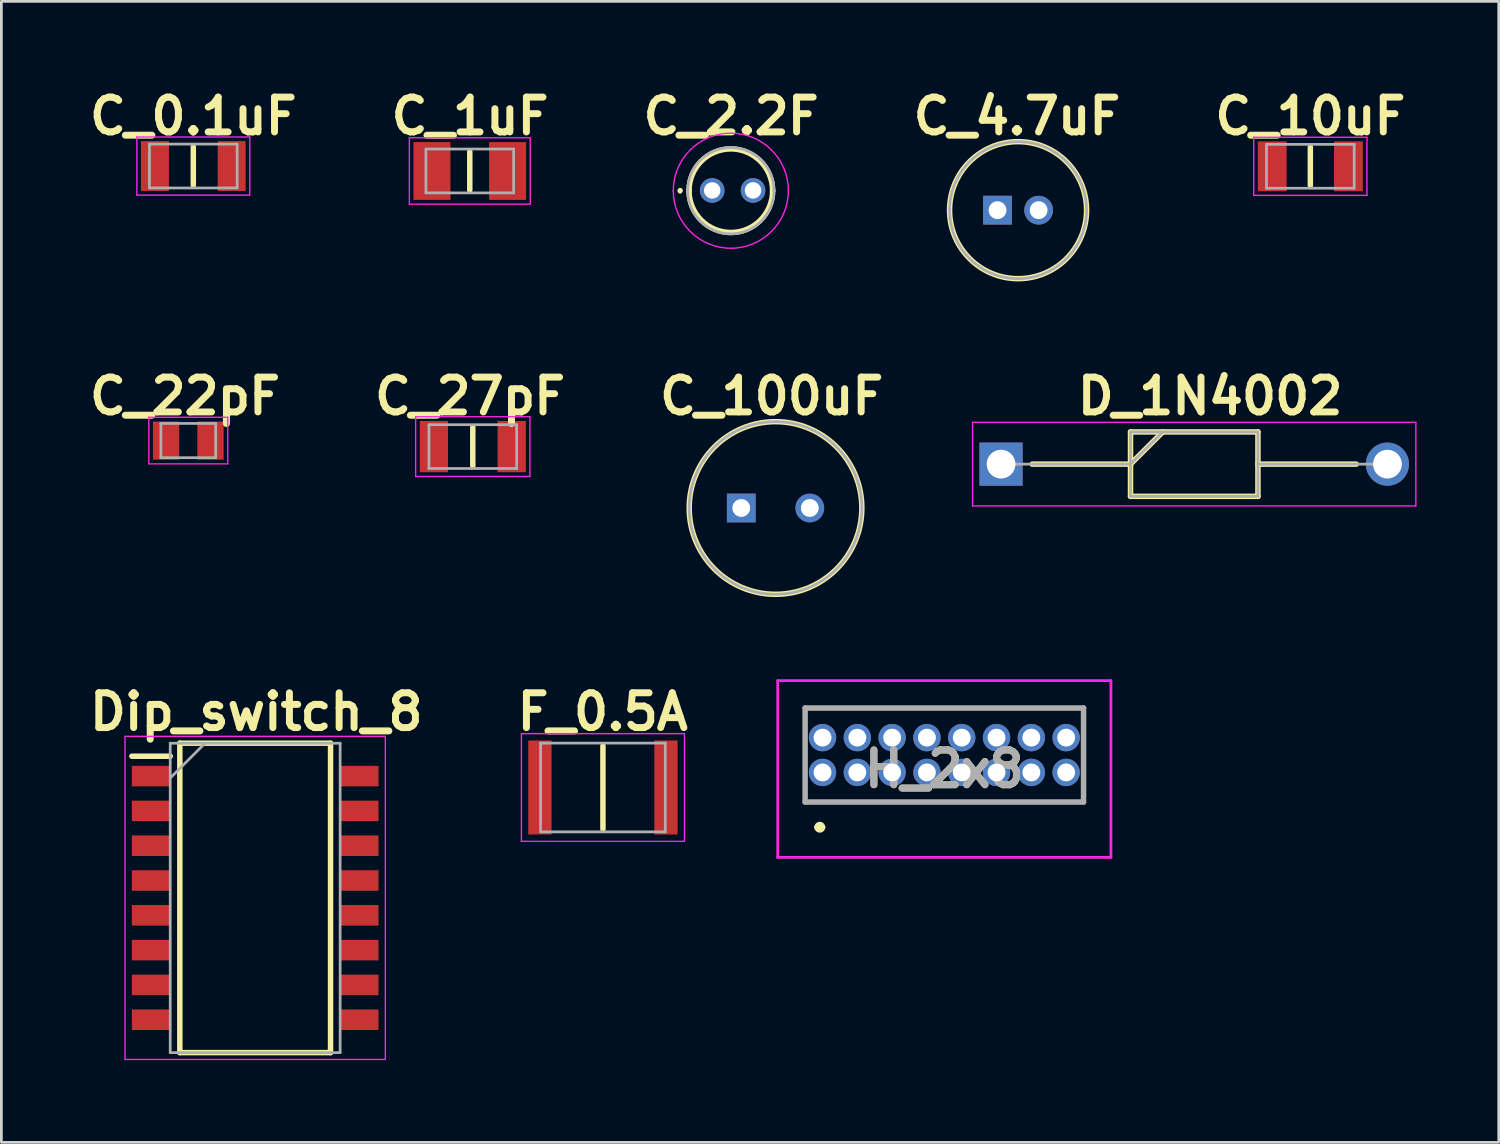
<source format=kicad_pcb>
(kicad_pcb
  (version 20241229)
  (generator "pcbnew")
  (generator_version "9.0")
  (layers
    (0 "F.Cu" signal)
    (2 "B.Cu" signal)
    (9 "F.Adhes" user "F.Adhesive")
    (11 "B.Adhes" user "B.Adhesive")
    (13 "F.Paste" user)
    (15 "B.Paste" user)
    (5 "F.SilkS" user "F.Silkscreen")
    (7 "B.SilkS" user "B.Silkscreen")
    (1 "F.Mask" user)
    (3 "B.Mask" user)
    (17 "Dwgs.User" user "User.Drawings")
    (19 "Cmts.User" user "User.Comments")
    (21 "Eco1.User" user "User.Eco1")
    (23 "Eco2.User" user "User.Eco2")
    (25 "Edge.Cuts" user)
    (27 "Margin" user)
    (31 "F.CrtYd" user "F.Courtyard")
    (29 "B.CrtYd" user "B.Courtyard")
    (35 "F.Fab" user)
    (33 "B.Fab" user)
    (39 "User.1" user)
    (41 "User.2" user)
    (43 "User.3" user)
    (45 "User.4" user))
  (footprint "C_0.1uF"
    (layer "F.Cu")
    (at 4.004 3.009)
    (property "Reference" "C_0.1uF" (at 0 -1.82 0) (layer "F.SilkS") (effects (font (size 1.27 1.27) (thickness 0.254))))
    (attr smd)
    (fp_line (start 0 -0.7) (end 0 0.7) (stroke (width 0.2) (type solid)) (layer "F.SilkS"))
    (fp_line (start -2.06 -1.06) (end 2.06 -1.06) (stroke (width 0.05) (type solid)) (layer "F.CrtYd"))
    (fp_line (start -2.06 1.06) (end -2.06 -1.06) (stroke (width 0.05) (type solid)) (layer "F.CrtYd"))
    (fp_line (start 2.06 -1.06) (end 2.06 1.06) (stroke (width 0.05) (type solid)) (layer "F.CrtYd"))
    (fp_line (start 2.06 1.06) (end -2.06 1.06) (stroke (width 0.05) (type solid)) (layer "F.CrtYd"))
    (fp_line (start -1.6 -0.8) (end 1.6 -0.8) (stroke (width 0.1) (type solid)) (layer "F.Fab"))
    (fp_line (start -1.6 0.8) (end -1.6 -0.8) (stroke (width 0.1) (type solid)) (layer "F.Fab"))
    (fp_line (start 1.6 -0.8) (end 1.6 0.8) (stroke (width 0.1) (type solid)) (layer "F.Fab"))
    (fp_line (start 1.6 0.8) (end -1.6 0.8) (stroke (width 0.1) (type solid)) (layer "F.Fab"))
    (pad "1" smd rect (at -1.4 0) (size 1.02 1.82) (layers "F.Cu" "F.Mask" "F.Paste"))
    (pad "2" smd rect (at 1.4 0) (size 1.02 1.82) (layers "F.Cu" "F.Mask" "F.Paste")))
  (footprint "H_2x8"
    (layer "F.Cu")
    (at 26.965 25.137)
    (property "Reference" "H_2x8" (at 4.445 -0.125 0) (layer "F.SilkS") (effects (font (size 1.27 1.27) (thickness 0.254))))
    (attr through_hole)
    (fp_line (start -0.635 -2.35) (end 9.525 -2.35) (stroke (width 0.1) (type solid)) (layer "F.SilkS"))
    (fp_line (start -0.635 -1.905) (end -0.635 -2.35) (stroke (width 0.1) (type solid)) (layer "F.SilkS"))
    (fp_line (start -0.635 0.635) (end -0.635 1.08) (stroke (width 0.1) (type solid)) (layer "F.SilkS"))
    (fp_line (start -0.635 1.08) (end 9.525 1.08) (stroke (width 0.1) (type solid)) (layer "F.SilkS"))
    (fp_line (start -0.2 2) (end -0.2 2) (stroke (width 0.2) (type solid)) (layer "F.SilkS"))
    (fp_line (start 0 2) (end 0 2) (stroke (width 0.2) (type solid)) (layer "F.SilkS"))
    (fp_line (start 9.525 -2.35) (end 9.525 -1.905) (stroke (width 0.1) (type solid)) (layer "F.SilkS"))
    (fp_line (start 9.525 1.08) (end 9.525 1.08) (stroke (width 0.1) (type solid)) (layer "F.SilkS"))
    (fp_arc (start -0.2 2) (mid -0.1 1.9) (end 0 2) (stroke (width 0.2) (type solid)) (layer "F.SilkS"))
    (fp_arc (start 0 2) (mid -0.1 2.1) (end -0.2 2) (stroke (width 0.2) (type solid)) (layer "F.SilkS"))
    (fp_line (start -1.635 -3.35) (end 10.525 -3.35) (stroke (width 0.1) (type solid)) (layer "F.CrtYd"))
    (fp_line (start -1.635 3.1) (end -1.635 -3.35) (stroke (width 0.1) (type solid)) (layer "F.CrtYd"))
    (fp_line (start 10.525 -3.35) (end 10.525 3.1) (stroke (width 0.1) (type solid)) (layer "F.CrtYd"))
    (fp_line (start 10.525 3.1) (end -1.635 3.1) (stroke (width 0.1) (type solid)) (layer "F.CrtYd"))
    (fp_line (start -0.635 -2.35) (end 9.525 -2.35) (stroke (width 0.2) (type solid)) (layer "F.Fab"))
    (fp_line (start -0.635 1.08) (end -0.635 -2.35) (stroke (width 0.2) (type solid)) (layer "F.Fab"))
    (fp_line (start 9.525 -2.35) (end 9.525 1.08) (stroke (width 0.2) (type solid)) (layer "F.Fab"))
    (fp_line (start 9.525 1.08) (end -0.635 1.08) (stroke (width 0.2) (type solid)) (layer "F.Fab"))
    (fp_text user "${REFERENCE}" (at 4.445 -0.125 0) (layer "F.Fab") (effects (font (size 1.27 1.27) (thickness 0.254))))
    (pad "1" thru_hole circle (at 0 0) (size 1 1) (drill 0.65) (layers "*.Cu" "*.Mask"))
    (pad "2" thru_hole circle (at 0 -1.27) (size 1 1) (drill 0.65) (layers "*.Cu" "*.Mask"))
    (pad "3" thru_hole circle (at 1.27 0) (size 1 1) (drill 0.65) (layers "*.Cu" "*.Mask"))
    (pad "4" thru_hole circle (at 1.27 -1.27) (size 1 1) (drill 0.65) (layers "*.Cu" "*.Mask"))
    (pad "5" thru_hole circle (at 2.54 0) (size 1 1) (drill 0.65) (layers "*.Cu" "*.Mask"))
    (pad "6" thru_hole circle (at 2.54 -1.27) (size 1 1) (drill 0.65) (layers "*.Cu" "*.Mask"))
    (pad "7" thru_hole circle (at 3.81 0) (size 1 1) (drill 0.65) (layers "*.Cu" "*.Mask"))
    (pad "8" thru_hole circle (at 3.81 -1.27) (size 1 1) (drill 0.65) (layers "*.Cu" "*.Mask"))
    (pad "9" thru_hole circle (at 5.08 0) (size 1 1) (drill 0.65) (layers "*.Cu" "*.Mask"))
    (pad "10" thru_hole circle (at 5.08 -1.27) (size 1 1) (drill 0.65) (layers "*.Cu" "*.Mask"))
    (pad "11" thru_hole circle (at 6.35 0) (size 1 1) (drill 0.65) (layers "*.Cu" "*.Mask"))
    (pad "12" thru_hole circle (at 6.35 -1.27) (size 1 1) (drill 0.65) (layers "*.Cu" "*.Mask"))
    (pad "13" thru_hole circle (at 7.62 0) (size 1 1) (drill 0.65) (layers "*.Cu" "*.Mask"))
    (pad "14" thru_hole circle (at 7.62 -1.27) (size 1 1) (drill 0.65) (layers "*.Cu" "*.Mask"))
    (pad "15" thru_hole circle (at 8.89 0) (size 1 1) (drill 0.65) (layers "*.Cu" "*.Mask"))
    (pad "16" thru_hole circle (at 8.89 -1.27) (size 1 1) (drill 0.65) (layers "*.Cu" "*.Mask")))
  (footprint "D_1N4002"
    (layer "F.Cu")
    (at 33.479 13.887)
    (property "Reference" "D_1N4002" (at 7.63 -2.48 0) (layer "F.SilkS") (effects (font (size 1.27 1.27) (thickness 0.254))))
    (attr through_hole)
    (fp_line (start 1.138 0) (end 4.725 0) (stroke (width 0.2) (type solid)) (layer "F.SilkS"))
    (fp_line (start 4.725 -1.175) (end 9.375 -1.175) (stroke (width 0.2) (type solid)) (layer "F.SilkS"))
    (fp_line (start 4.725 0) (end 5.9 -1.175) (stroke (width 0.2) (type solid)) (layer "F.SilkS"))
    (fp_line (start 4.725 1.175) (end 4.725 -1.175) (stroke (width 0.2) (type solid)) (layer "F.SilkS"))
    (fp_line (start 9.375 -1.175) (end 9.375 1.175) (stroke (width 0.2) (type solid)) (layer "F.SilkS"))
    (fp_line (start 9.375 0) (end 12.962 0) (stroke (width 0.2) (type solid)) (layer "F.SilkS"))
    (fp_line (start 9.375 1.175) (end 4.725 1.175) (stroke (width 0.2) (type solid)) (layer "F.SilkS"))
    (fp_line (start -1.038 -1.525) (end 15.137 -1.525) (stroke (width 0.05) (type solid)) (layer "F.CrtYd"))
    (fp_line (start -1.038 1.525) (end -1.038 -1.525) (stroke (width 0.05) (type solid)) (layer "F.CrtYd"))
    (fp_line (start 15.137 -1.525) (end 15.137 1.525) (stroke (width 0.05) (type solid)) (layer "F.CrtYd"))
    (fp_line (start 15.137 1.525) (end -1.038 1.525) (stroke (width 0.05) (type solid)) (layer "F.CrtYd"))
    (fp_line (start 0 0) (end 4.725 0) (stroke (width 0.1) (type solid)) (layer "F.Fab"))
    (fp_line (start 4.725 -1.175) (end 9.375 -1.175) (stroke (width 0.1) (type solid)) (layer "F.Fab"))
    (fp_line (start 4.725 0) (end 5.9 -1.175) (stroke (width 0.1) (type solid)) (layer "F.Fab"))
    (fp_line (start 4.725 1.175) (end 4.725 -1.175) (stroke (width 0.1) (type solid)) (layer "F.Fab"))
    (fp_line (start 9.375 -1.175) (end 9.375 1.175) (stroke (width 0.1) (type solid)) (layer "F.Fab"))
    (fp_line (start 9.375 0) (end 14.1 0) (stroke (width 0.1) (type solid)) (layer "F.Fab"))
    (fp_line (start 9.375 1.175) (end 4.725 1.175) (stroke (width 0.1) (type solid)) (layer "F.Fab"))
    (pad "1" thru_hole rect (at 0 0) (size 1.575 1.575) (drill 1.05) (layers "*.Cu" "*.Mask"))
    (pad "2" thru_hole circle (at 14.1 0) (size 1.575 1.575) (drill 1.05) (layers "*.Cu" "*.Mask")))
  (footprint "C_4.7uF"
    (layer "F.Cu")
    (at 33.351 4.619)
    (property "Reference" "C_4.7uF" (at 0.71 -3.43 0) (layer "F.SilkS") (effects (font (size 1.27 1.27) (thickness 0.254))))
    (attr through_hole)
    (fp_circle (center 0.75 0) (end 0.75 2.5) (stroke (width 0.2) (type solid)) (fill no) (layer "F.SilkS"))
    (fp_circle (center 0.75 0) (end 0.75 2.5) (stroke (width 0.1) (type solid)) (fill no) (layer "F.Fab"))
    (pad "1" thru_hole rect (at 0 0) (size 1.05 1.05) (drill 0.65) (layers "*.Cu" "*.Mask"))
    (pad "2" thru_hole circle (at 1.5 0) (size 1.05 1.05) (drill 0.65) (layers "*.Cu" "*.Mask")))
  (footprint "C_100uF"
    (layer "F.Cu")
    (at 24 15.487)
    (property "Reference" "C_100uF" (at 1.11 -4.08 0) (layer "F.SilkS") (effects (font (size 1.27 1.27) (thickness 0.254))))
    (attr through_hole)
    (fp_circle (center 1.25 0) (end 1.25 3.15) (stroke (width 0.2) (type solid)) (fill no) (layer "F.SilkS"))
    (fp_circle (center 1.25 0) (end 1.25 3.15) (stroke (width 0.1) (type solid)) (fill no) (layer "F.Fab"))
    (pad "1" thru_hole rect (at 0 0) (size 1.05 1.05) (drill 0.65) (layers "*.Cu" "*.Mask"))
    (pad "2" thru_hole circle (at 2.5 0) (size 1.05 1.05) (drill 0.65) (layers "*.Cu" "*.Mask")))
  (footprint "C_1uF"
    (layer "F.Cu")
    (at 14.093 3.189)
    (property "Reference" "C_1uF" (at 0.01 -2 0) (layer "F.SilkS") (effects (font (size 1.27 1.27) (thickness 0.254))))
    (attr smd)
    (fp_line (start 0 -0.7) (end 0 0.7) (stroke (width 0.2) (type solid)) (layer "F.SilkS"))
    (fp_line (start -2.205 -1.21) (end 2.205 -1.21) (stroke (width 0.05) (type solid)) (layer "F.CrtYd"))
    (fp_line (start -2.205 1.21) (end -2.205 -1.21) (stroke (width 0.05) (type solid)) (layer "F.CrtYd"))
    (fp_line (start 2.205 -1.21) (end 2.205 1.21) (stroke (width 0.05) (type solid)) (layer "F.CrtYd"))
    (fp_line (start 2.205 1.21) (end -2.205 1.21) (stroke (width 0.05) (type solid)) (layer "F.CrtYd"))
    (fp_line (start -1.6 -0.8) (end 1.6 -0.8) (stroke (width 0.1) (type solid)) (layer "F.Fab"))
    (fp_line (start -1.6 0.8) (end -1.6 -0.8) (stroke (width 0.1) (type solid)) (layer "F.Fab"))
    (fp_line (start 1.6 -0.8) (end 1.6 0.8) (stroke (width 0.1) (type solid)) (layer "F.Fab"))
    (fp_line (start 1.6 0.8) (end -1.6 0.8) (stroke (width 0.1) (type solid)) (layer "F.Fab"))
    (pad "1" smd rect (at -1.38 0) (size 1.35 2.11) (layers "F.Cu" "F.Mask" "F.Paste"))
    (pad "2" smd rect (at 1.38 0) (size 1.35 2.11) (layers "F.Cu" "F.Mask" "F.Paste")))
  (footprint "Dip_switch_8"
    (layer "F.Cu")
    (at 6.262 29.716)
    (property "Reference" "Dip_switch_8" (at 0.04 -6.79 0) (layer "F.SilkS") (effects (font (size 1.27 1.27) (thickness 0.254))))
    (attr smd)
    (fp_line (start -4.5 -5.17) (end -3.1 -5.17) (stroke (width 0.2) (type solid)) (layer "F.SilkS"))
    (fp_line (start -2.75 -5.645) (end 2.75 -5.645) (stroke (width 0.2) (type solid)) (layer "F.SilkS"))
    (fp_line (start -2.75 5.645) (end -2.75 -5.645) (stroke (width 0.2) (type solid)) (layer "F.SilkS"))
    (fp_line (start 2.75 -5.645) (end 2.75 5.645) (stroke (width 0.2) (type solid)) (layer "F.SilkS"))
    (fp_line (start 2.75 5.645) (end -2.75 5.645) (stroke (width 0.2) (type solid)) (layer "F.SilkS"))
    (fp_line (start -4.75 -5.895) (end 4.75 -5.895) (stroke (width 0.05) (type solid)) (layer "F.CrtYd"))
    (fp_line (start -4.75 5.895) (end -4.75 -5.895) (stroke (width 0.05) (type solid)) (layer "F.CrtYd"))
    (fp_line (start 4.75 -5.895) (end 4.75 5.895) (stroke (width 0.05) (type solid)) (layer "F.CrtYd"))
    (fp_line (start 4.75 5.895) (end -4.75 5.895) (stroke (width 0.05) (type solid)) (layer "F.CrtYd"))
    (fp_line (start -3.1 -5.645) (end 3.1 -5.645) (stroke (width 0.1) (type solid)) (layer "F.Fab"))
    (fp_line (start -3.1 -4.375) (end -1.83 -5.645) (stroke (width 0.1) (type solid)) (layer "F.Fab"))
    (fp_line (start -3.1 5.645) (end -3.1 -5.645) (stroke (width 0.1) (type solid)) (layer "F.Fab"))
    (fp_line (start 3.1 -5.645) (end 3.1 5.645) (stroke (width 0.1) (type solid)) (layer "F.Fab"))
    (fp_line (start 3.1 5.645) (end -3.1 5.645) (stroke (width 0.1) (type solid)) (layer "F.Fab"))
    (pad "1" smd rect (at -3.8 -4.445 90) (size 0.75 1.4) (layers "F.Cu" "F.Mask" "F.Paste"))
    (pad "2" smd rect (at -3.8 -3.175 90) (size 0.75 1.4) (layers "F.Cu" "F.Mask" "F.Paste"))
    (pad "3" smd rect (at -3.8 -1.905 90) (size 0.75 1.4) (layers "F.Cu" "F.Mask" "F.Paste"))
    (pad "4" smd rect (at -3.8 -0.635 90) (size 0.75 1.4) (layers "F.Cu" "F.Mask" "F.Paste"))
    (pad "5" smd rect (at -3.8 0.635 90) (size 0.75 1.4) (layers "F.Cu" "F.Mask" "F.Paste"))
    (pad "6" smd rect (at -3.8 1.905 90) (size 0.75 1.4) (layers "F.Cu" "F.Mask" "F.Paste"))
    (pad "7" smd rect (at -3.8 3.175 90) (size 0.75 1.4) (layers "F.Cu" "F.Mask" "F.Paste"))
    (pad "8" smd rect (at -3.8 4.445 90) (size 0.75 1.4) (layers "F.Cu" "F.Mask" "F.Paste"))
    (pad "9" smd rect (at 3.8 4.445 90) (size 0.75 1.4) (layers "F.Cu" "F.Mask" "F.Paste"))
    (pad "10" smd rect (at 3.8 3.175 90) (size 0.75 1.4) (layers "F.Cu" "F.Mask" "F.Paste"))
    (pad "11" smd rect (at 3.8 1.905 90) (size 0.75 1.4) (layers "F.Cu" "F.Mask" "F.Paste"))
    (pad "12" smd rect (at 3.8 0.635 90) (size 0.75 1.4) (layers "F.Cu" "F.Mask" "F.Paste"))
    (pad "13" smd rect (at 3.8 -0.635 90) (size 0.75 1.4) (layers "F.Cu" "F.Mask" "F.Paste"))
    (pad "14" smd rect (at 3.8 -1.905 90) (size 0.75 1.4) (layers "F.Cu" "F.Mask" "F.Paste"))
    (pad "15" smd rect (at 3.8 -3.175 90) (size 0.75 1.4) (layers "F.Cu" "F.Mask" "F.Paste"))
    (pad "16" smd rect (at 3.8 -4.445 90) (size 0.75 1.4) (layers "F.Cu" "F.Mask" "F.Paste")))
  (footprint "C_27pF"
    (layer "F.Cu")
    (at 14.203 13.247)
    (property "Reference" "C_27pF" (at -0.1 -1.84 0) (layer "F.SilkS") (effects (font (size 1.27 1.27) (thickness 0.254))))
    (attr smd)
    (fp_line (start 0 -0.7) (end 0 0.7) (stroke (width 0.2) (type solid)) (layer "F.SilkS"))
    (fp_line (start -2.085 -1.09) (end 2.085 -1.09) (stroke (width 0.05) (type solid)) (layer "F.CrtYd"))
    (fp_line (start -2.085 1.09) (end -2.085 -1.09) (stroke (width 0.05) (type solid)) (layer "F.CrtYd"))
    (fp_line (start 2.085 -1.09) (end 2.085 1.09) (stroke (width 0.05) (type solid)) (layer "F.CrtYd"))
    (fp_line (start 2.085 1.09) (end -2.085 1.09) (stroke (width 0.05) (type solid)) (layer "F.CrtYd"))
    (fp_line (start -1.6 -0.8) (end 1.6 -0.8) (stroke (width 0.1) (type solid)) (layer "F.Fab"))
    (fp_line (start -1.6 0.8) (end -1.6 -0.8) (stroke (width 0.1) (type solid)) (layer "F.Fab"))
    (fp_line (start 1.6 -0.8) (end 1.6 0.8) (stroke (width 0.1) (type solid)) (layer "F.Fab"))
    (fp_line (start 1.6 0.8) (end -1.6 0.8) (stroke (width 0.1) (type solid)) (layer "F.Fab"))
    (pad "1" smd rect (at -1.42 0) (size 1.03 1.87) (layers "F.Cu" "F.Mask" "F.Paste"))
    (pad "2" smd rect (at 1.42 0) (size 1.03 1.87) (layers "F.Cu" "F.Mask" "F.Paste")))
  (footprint "C_22pF"
    (layer "F.Cu")
    (at 3.821 13.027)
    (property "Reference" "C_22pF" (at -0.12 -1.62 0) (layer "F.SilkS") (effects (font (size 1.27 1.27) (thickness 0.254))))
    (attr smd)
    (fp_line (start -1.44 -0.85) (end 1.44 -0.85) (stroke (width 0.05) (type solid)) (layer "F.CrtYd"))
    (fp_line (start -1.44 0.85) (end -1.44 -0.85) (stroke (width 0.05) (type solid)) (layer "F.CrtYd"))
    (fp_line (start 1.44 -0.85) (end 1.44 0.85) (stroke (width 0.05) (type solid)) (layer "F.CrtYd"))
    (fp_line (start 1.44 0.85) (end -1.44 0.85) (stroke (width 0.05) (type solid)) (layer "F.CrtYd"))
    (fp_line (start -1 -0.625) (end 1 -0.625) (stroke (width 0.1) (type solid)) (layer "F.Fab"))
    (fp_line (start -1 0.625) (end -1 -0.625) (stroke (width 0.1) (type solid)) (layer "F.Fab"))
    (fp_line (start 1 -0.625) (end 1 0.625) (stroke (width 0.1) (type solid)) (layer "F.Fab"))
    (fp_line (start 1 0.625) (end -1 0.625) (stroke (width 0.1) (type solid)) (layer "F.Fab"))
    (pad "1" smd rect (at -0.81 0) (size 0.96 1.39) (layers "F.Cu" "F.Mask" "F.Paste"))
    (pad "2" smd rect (at 0.81 0) (size 0.96 1.39) (layers "F.Cu" "F.Mask" "F.Paste")))
  (footprint "C_10uF"
    (layer "F.Cu")
    (at 44.766 3.019)
    (property "Reference" "C_10uF" (at 0 -1.83 0) (layer "F.SilkS") (effects (font (size 1.27 1.27) (thickness 0.254))))
    (attr smd)
    (fp_line (start 0 -0.7) (end 0 0.7) (stroke (width 0.2) (type solid)) (layer "F.SilkS"))
    (fp_line (start -2.065 -1.06) (end 2.065 -1.06) (stroke (width 0.05) (type solid)) (layer "F.CrtYd"))
    (fp_line (start -2.065 1.06) (end -2.065 -1.06) (stroke (width 0.05) (type solid)) (layer "F.CrtYd"))
    (fp_line (start 2.065 -1.06) (end 2.065 1.06) (stroke (width 0.05) (type solid)) (layer "F.CrtYd"))
    (fp_line (start 2.065 1.06) (end -2.065 1.06) (stroke (width 0.05) (type solid)) (layer "F.CrtYd"))
    (fp_line (start -1.6 -0.8) (end 1.6 -0.8) (stroke (width 0.1) (type solid)) (layer "F.Fab"))
    (fp_line (start -1.6 0.8) (end -1.6 -0.8) (stroke (width 0.1) (type solid)) (layer "F.Fab"))
    (fp_line (start 1.6 -0.8) (end 1.6 0.8) (stroke (width 0.1) (type solid)) (layer "F.Fab"))
    (fp_line (start 1.6 0.8) (end -1.6 0.8) (stroke (width 0.1) (type solid)) (layer "F.Fab"))
    (pad "1" smd rect (at -1.39 0) (size 1.05 1.82) (layers "F.Cu" "F.Mask" "F.Paste"))
    (pad "2" smd rect (at 1.39 0) (size 1.05 1.82) (layers "F.Cu" "F.Mask" "F.Paste")))
  (footprint "F_0.5A"
    (layer "F.Cu")
    (at 18.952 25.686)
    (property "Reference" "F_0.5A" (at -0.01 -2.76 0) (layer "F.SilkS") (effects (font (size 1.27 1.27) (thickness 0.254))))
    (attr smd)
    (fp_line (start 0 -1.52) (end 0 1.52) (stroke (width 0.2) (type solid)) (layer "F.SilkS"))
    (fp_line (start -2.975 -1.965) (end 2.975 -1.965) (stroke (width 0.05) (type solid)) (layer "F.CrtYd"))
    (fp_line (start -2.975 1.965) (end -2.975 -1.965) (stroke (width 0.05) (type solid)) (layer "F.CrtYd"))
    (fp_line (start 2.975 -1.965) (end 2.975 1.965) (stroke (width 0.05) (type solid)) (layer "F.CrtYd"))
    (fp_line (start 2.975 1.965) (end -2.975 1.965) (stroke (width 0.05) (type solid)) (layer "F.CrtYd"))
    (fp_line (start -2.275 -1.62) (end 2.275 -1.62) (stroke (width 0.1) (type solid)) (layer "F.Fab"))
    (fp_line (start -2.275 1.62) (end -2.275 -1.62) (stroke (width 0.1) (type solid)) (layer "F.Fab"))
    (fp_line (start 2.275 -1.62) (end 2.275 1.62) (stroke (width 0.1) (type solid)) (layer "F.Fab"))
    (fp_line (start 2.275 1.62) (end -2.275 1.62) (stroke (width 0.1) (type solid)) (layer "F.Fab"))
    (pad "1" smd rect (at -2.3 0) (size 0.85 3.43) (layers "F.Cu" "F.Mask" "F.Paste"))
    (pad "2" smd rect (at 2.3 0) (size 0.85 3.43) (layers "F.Cu" "F.Mask" "F.Paste")))
  (footprint "C_2.2F"
    (layer "F.Cu")
    (at 23.619 3.909)
    (property "Reference" "C_2.2F" (at 0.01 -2.72 0) (layer "F.SilkS") (effects (font (size 1.27 1.27) (thickness 0.254))))
    (attr through_hole)
    (fp_line (start -1.85 -0.05) (end -1.85 -0.05) (stroke (width 0.1) (type solid)) (layer "F.SilkS"))
    (fp_line (start -1.85 0.05) (end -1.85 0.05) (stroke (width 0.1) (type solid)) (layer "F.SilkS"))
    (fp_line (start -1.525 0) (end -1.525 0) (stroke (width 0.2) (type solid)) (layer "F.SilkS"))
    (fp_line (start 1.525 0) (end 1.525 0) (stroke (width 0.2) (type solid)) (layer "F.SilkS"))
    (fp_arc (start -1.85 -0.05) (mid -1.8 0) (end -1.85 0.05) (stroke (width 0.1) (type solid)) (layer "F.SilkS"))
    (fp_arc (start -1.85 0.05) (mid -1.9 0) (end -1.85 -0.05) (stroke (width 0.1) (type solid)) (layer "F.SilkS"))
    (fp_arc (start -1.525 0) (mid 0 -1.525) (end 1.525 0) (stroke (width 0.2) (type solid)) (layer "F.SilkS"))
    (fp_arc (start 1.525 0) (mid 0 1.525) (end -1.525 0) (stroke (width 0.2) (type solid)) (layer "F.SilkS"))
    (fp_line (start -2.1 0) (end -2.1 0) (stroke (width 0.05) (type solid)) (layer "F.CrtYd"))
    (fp_line (start 2.1 0) (end 2.1 0) (stroke (width 0.05) (type solid)) (layer "F.CrtYd"))
    (fp_arc (start -2.1 0) (mid 0 -2.1) (end 2.1 0) (stroke (width 0.05) (type solid)) (layer "F.CrtYd"))
    (fp_arc (start 2.1 0) (mid 0 2.1) (end -2.1 0) (stroke (width 0.05) (type solid)) (layer "F.CrtYd"))
    (fp_line (start -1.575 0) (end -1.575 0) (stroke (width 0.1) (type solid)) (layer "F.Fab"))
    (fp_line (start 1.575 0) (end 1.575 0) (stroke (width 0.1) (type solid)) (layer "F.Fab"))
    (fp_arc (start -1.575 0) (mid 0 -1.575) (end 1.575 0) (stroke (width 0.1) (type solid)) (layer "F.Fab"))
    (fp_arc (start 1.575 0) (mid 0 1.575) (end -1.575 0) (stroke (width 0.1) (type solid)) (layer "F.Fab"))
    (pad "1" thru_hole circle (at -0.68 -0.01) (size 0.9 0.9) (drill 0.6) (layers "*.Cu" "*.Mask"))
    (pad "2" thru_hole circle (at 0.81 -0.01) (size 0.9 0.9) (drill 0.6) (layers "*.Cu" "*.Mask")))
  (gr_rect
    (start -3 -3)
    (end 51.641 38.636)
    (stroke (width 0.1) (type default))
    (fill no)
    (layer "Edge.Cuts")))
</source>
